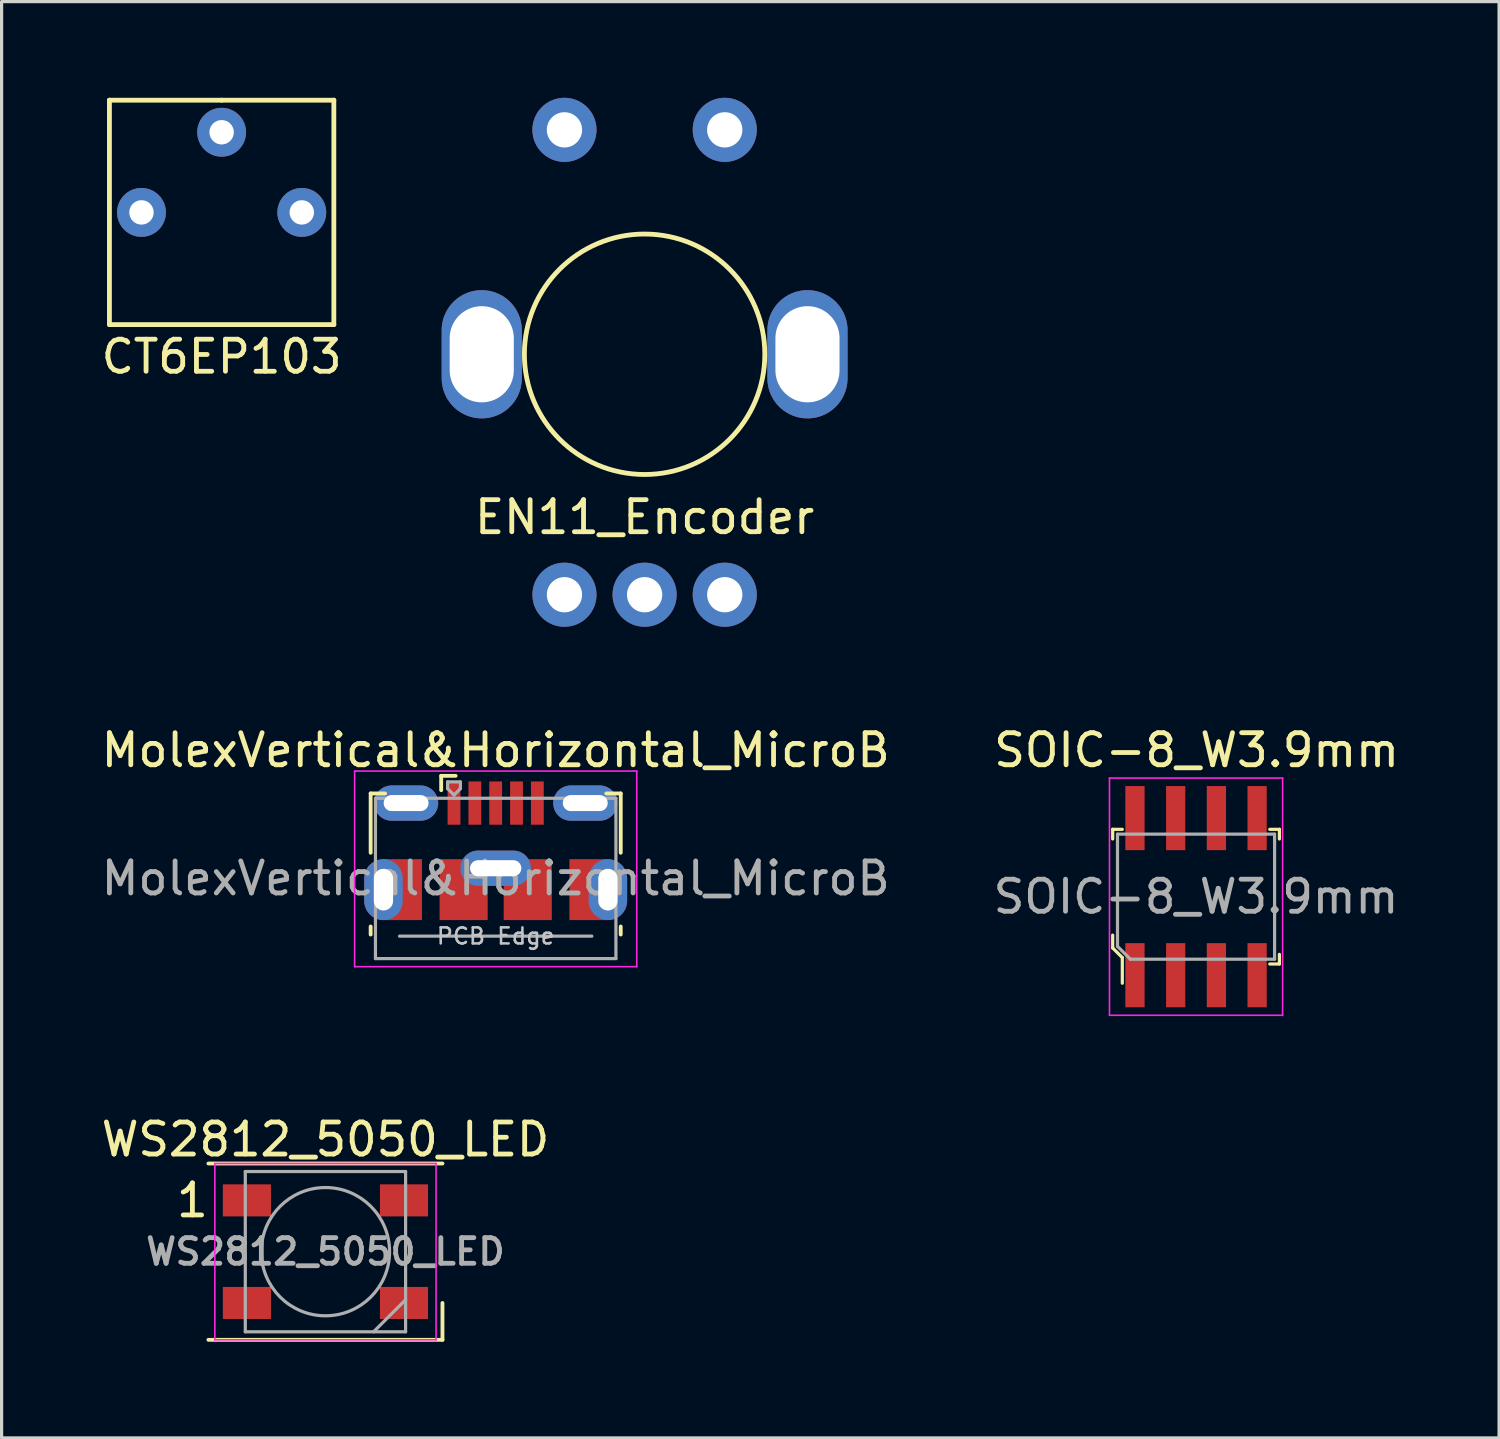
<source format=kicad_pcb>
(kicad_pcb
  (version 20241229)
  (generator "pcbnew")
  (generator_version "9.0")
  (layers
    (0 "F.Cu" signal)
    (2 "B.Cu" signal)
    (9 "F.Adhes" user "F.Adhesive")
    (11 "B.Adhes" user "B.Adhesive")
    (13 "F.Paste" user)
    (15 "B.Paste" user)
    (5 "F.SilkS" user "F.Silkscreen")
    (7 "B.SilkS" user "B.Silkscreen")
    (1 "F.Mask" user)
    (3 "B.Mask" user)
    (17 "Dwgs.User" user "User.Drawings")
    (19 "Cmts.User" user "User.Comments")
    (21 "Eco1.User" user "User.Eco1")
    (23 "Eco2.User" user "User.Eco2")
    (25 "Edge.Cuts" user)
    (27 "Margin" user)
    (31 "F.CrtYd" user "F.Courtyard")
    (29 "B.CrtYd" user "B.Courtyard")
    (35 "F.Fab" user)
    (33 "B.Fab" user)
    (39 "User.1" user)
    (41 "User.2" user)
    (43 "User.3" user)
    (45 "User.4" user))
  (footprint "CT6EP103"
    (layer "F.Cu")
    (at 3.863 3.575)
    (property "Reference" "CT6EP103" (at 0 4.5 0) (layer "F.SilkS") (effects (font (size 1 1) (thickness 0.15))))
    (attr through_hole)
    (fp_line (start -3.5 -3.5) (end -3.5 3.5) (stroke (width 0.15) (type solid)) (layer "F.SilkS"))
    (fp_line (start -3.5 3.5) (end 3.5 3.5) (stroke (width 0.15) (type solid)) (layer "F.SilkS"))
    (fp_line (start 0 -3.5) (end -3.5 -3.5) (stroke (width 0.15) (type solid)) (layer "F.SilkS"))
    (fp_line (start 3.5 -3.5) (end 0 -3.5) (stroke (width 0.15) (type solid)) (layer "F.SilkS"))
    (fp_line (start 3.5 3.5) (end 3.5 -3.5) (stroke (width 0.15) (type solid)) (layer "F.SilkS"))
    (pad "1" thru_hole circle (at -2.5 0) (size 1.524 1.524) (drill 0.762) (layers "*.Cu" "*.Mask"))
    (pad "2" thru_hole circle (at 0 -2.5) (size 1.524 1.524) (drill 0.762) (layers "*.Cu" "*.Mask"))
    (pad "3" thru_hole circle (at 2.5 0) (size 1.524 1.524) (drill 0.762) (layers "*.Cu" "*.Mask")))
  (footprint "SOIC-8_W3.9mm"
    (layer "F.Cu")
    (at 34.256 24.918)
    (property "Reference" "SOIC-8_W3.9mm" (at 0.018 -4.569 0) (layer "F.SilkS") (effects (font (size 1 1) (thickness 0.15))))
    (attr smd)
    (fp_line (start -2.6 -2.1) (end -2.6 -1.8) (stroke (width 0.1) (type solid)) (layer "F.SilkS"))
    (fp_line (start -2.6 1.2) (end -2.6 1.6) (stroke (width 0.1) (type solid)) (layer "F.SilkS"))
    (fp_line (start -2.6 1.6) (end -2.3 1.9) (stroke (width 0.1) (type solid)) (layer "F.SilkS"))
    (fp_line (start -2.3 -2.1) (end -2.6 -2.1) (stroke (width 0.1) (type solid)) (layer "F.SilkS"))
    (fp_line (start -2.3 1.9) (end -2.3 2.7) (stroke (width 0.1) (type solid)) (layer "F.SilkS"))
    (fp_line (start 2.3 -2.1) (end 2.6 -2.1) (stroke (width 0.1) (type solid)) (layer "F.SilkS"))
    (fp_line (start 2.3 2.1) (end 2.6 2.1) (stroke (width 0.1) (type solid)) (layer "F.SilkS"))
    (fp_line (start 2.6 -2.1) (end 2.6 -1.8) (stroke (width 0.1) (type solid)) (layer "F.SilkS"))
    (fp_line (start 2.6 2.1) (end 2.6 1.8) (stroke (width 0.1) (type solid)) (layer "F.SilkS"))
    (fp_line (start -2.7 -3.7) (end -2.7 3.7) (stroke (width 0.05) (type solid)) (layer "F.CrtYd"))
    (fp_line (start -2.7 -3.7) (end 2.7 -3.7) (stroke (width 0.05) (type solid)) (layer "F.CrtYd"))
    (fp_line (start -2.7 3.7) (end 2.7 3.7) (stroke (width 0.05) (type solid)) (layer "F.CrtYd"))
    (fp_line (start 2.7 -3.7) (end 2.7 3.7) (stroke (width 0.05) (type solid)) (layer "F.CrtYd"))
    (fp_line (start -2.45 -1.95) (end 2.45 -1.95) (stroke (width 0.1) (type solid)) (layer "F.Fab"))
    (fp_line (start -2.45 1.55) (end -2.45 -1.95) (stroke (width 0.1) (type solid)) (layer "F.Fab"))
    (fp_line (start -2.45 1.55) (end -2.05 1.95) (stroke (width 0.1) (type solid)) (layer "F.Fab"))
    (fp_line (start -2.05 1.95) (end 2.45 1.95) (stroke (width 0.1) (type solid)) (layer "F.Fab"))
    (fp_line (start 2.45 -1.95) (end 2.45 1.95) (stroke (width 0.1) (type solid)) (layer "F.Fab"))
    (fp_text user "${REFERENCE}" (at 0 0 0) (layer "F.Fab") (effects (font (size 1 1) (thickness 0.15))))
    (pad "1" smd rect (at -1.905 2.45) (size 0.6 2) (layers "F.Cu" "F.Mask" "F.Paste"))
    (pad "2" smd rect (at -0.635 2.45) (size 0.6 2) (layers "F.Cu" "F.Mask" "F.Paste"))
    (pad "3" smd rect (at 0.635 2.45) (size 0.6 2) (layers "F.Cu" "F.Mask" "F.Paste"))
    (pad "4" smd rect (at 1.905 2.45) (size 0.6 2) (layers "F.Cu" "F.Mask" "F.Paste"))
    (pad "5" smd rect (at 1.905 -2.45) (size 0.6 2) (layers "F.Cu" "F.Mask" "F.Paste"))
    (pad "6" smd rect (at 0.635 -2.45) (size 0.6 2) (layers "F.Cu" "F.Mask" "F.Paste"))
    (pad "7" smd rect (at -0.635 -2.45) (size 0.6 2) (layers "F.Cu" "F.Mask" "F.Paste"))
    (pad "8" smd rect (at -1.905 -2.45) (size 0.6 2) (layers "F.Cu" "F.Mask" "F.Paste")))
  (footprint "MolexVertical&Horizontal_MicroB"
    (layer "F.Cu")
    (at 12.411 23.461)
    (property "Reference" "MolexVertical&Horizontal_MicroB" (at 0 -3.112 0) (layer "F.SilkS") (effects (font (size 1 1) (thickness 0.15))))
    (attr smd)
    (fp_line (start -3.9 -1.762) (end -3.45 -1.762) (stroke (width 0.12) (type solid)) (layer "F.SilkS"))
    (fp_line (start -3.9 0.087) (end -3.9 -1.762) (stroke (width 0.12) (type solid)) (layer "F.SilkS"))
    (fp_line (start -3.9 2.638) (end -3.9 2.388) (stroke (width 0.12) (type solid)) (layer "F.SilkS"))
    (fp_line (start -1.7 -2.312) (end -1.7 -1.863) (stroke (width 0.12) (type solid)) (layer "F.SilkS"))
    (fp_line (start -1.7 -2.312) (end -1.25 -2.312) (stroke (width 0.12) (type solid)) (layer "F.SilkS"))
    (fp_line (start 3.9 -1.762) (end 3.45 -1.762) (stroke (width 0.12) (type solid)) (layer "F.SilkS"))
    (fp_line (start 3.9 0.087) (end 3.9 -1.762) (stroke (width 0.12) (type solid)) (layer "F.SilkS"))
    (fp_line (start 3.9 2.638) (end 3.9 2.388) (stroke (width 0.12) (type solid)) (layer "F.SilkS"))
    (fp_line (start -4.4 -2.46) (end 4.4 -2.46) (stroke (width 0.05) (type solid)) (layer "F.CrtYd"))
    (fp_line (start -4.4 3.64) (end -4.4 -2.46) (stroke (width 0.05) (type solid)) (layer "F.CrtYd"))
    (fp_line (start -4.4 3.64) (end 4.4 3.64) (stroke (width 0.05) (type solid)) (layer "F.CrtYd"))
    (fp_line (start 4.4 -2.46) (end 4.4 3.64) (stroke (width 0.05) (type solid)) (layer "F.CrtYd"))
    (fp_line (start -3.75 -1.613) (end 3.75 -1.613) (stroke (width 0.1) (type solid)) (layer "F.Fab"))
    (fp_line (start -3.75 3.388) (end -3.75 -1.613) (stroke (width 0.1) (type solid)) (layer "F.Fab"))
    (fp_line (start -3.75 3.389) (end 3.75 3.389) (stroke (width 0.1) (type solid)) (layer "F.Fab"))
    (fp_line (start -3 2.689) (end 3 2.689) (stroke (width 0.1) (type solid)) (layer "F.Fab"))
    (fp_line (start -1.5 -2.123) (end -1.5 -1.913) (stroke (width 0.1) (type solid)) (layer "F.Fab"))
    (fp_line (start -1.5 -2.123) (end -1.1 -2.123) (stroke (width 0.1) (type solid)) (layer "F.Fab"))
    (fp_line (start -1.3 -1.712) (end -1.5 -1.913) (stroke (width 0.1) (type solid)) (layer "F.Fab"))
    (fp_line (start -1.1 -2.123) (end -1.1 -1.913) (stroke (width 0.1) (type solid)) (layer "F.Fab"))
    (fp_line (start -1.1 -1.913) (end -1.3 -1.712) (stroke (width 0.1) (type solid)) (layer "F.Fab"))
    (fp_line (start 3.75 3.388) (end 3.75 -1.613) (stroke (width 0.1) (type solid)) (layer "F.Fab"))
    (fp_text user "PCB Edge" (at 0 2.688 0) (layer "Dwgs.User") (effects (font (size 0.5 0.5) (thickness 0.08))))
    (fp_text user "${REFERENCE}" (at 0 0.887 0) (layer "F.Fab") (effects (font (size 1 1) (thickness 0.15))))
    (pad "1" smd rect (at -1.3 -1.462) (size 0.4 1.35) (layers "F.Cu" "F.Mask" "F.Paste"))
    (pad "2" smd rect (at -0.65 -1.462) (size 0.4 1.35) (layers "F.Cu" "F.Mask" "F.Paste"))
    (pad "3" smd rect (at 0 -1.462) (size 0.4 1.35) (layers "F.Cu" "F.Mask" "F.Paste"))
    (pad "4" smd rect (at 0.65 -1.462) (size 0.4 1.35) (layers "F.Cu" "F.Mask" "F.Paste"))
    (pad "5" smd rect (at 1.3 -1.462) (size 0.4 1.35) (layers "F.Cu" "F.Mask" "F.Paste"))
    (pad "6" thru_hole oval (at -3.5 1.238 180) (size 1.2 1.9) (drill oval 0.6 1.3) (layers "*.Cu" "*.Mask"))
    (pad "6" smd rect (at -2.9 1.238) (size 1.2 1.9) (layers "F.Cu" "F.Mask"))
    (pad "6" thru_hole oval (at -2.794 -1.462) (size 2 1.1) (drill oval 1.4 0.5) (layers "*.Cu" "*.Mask"))
    (pad "6" smd rect (at -1 1.238) (size 1.5 1.9) (layers "F.Cu" "F.Mask" "F.Paste"))
    (pad "6" thru_hole oval (at 0 0.57) (size 2.2 1.1) (drill oval 1.6 0.5) (layers "*.Cu" "*.Mask"))
    (pad "6" smd rect (at 1 1.238) (size 1.5 1.9) (layers "F.Cu" "F.Mask" "F.Paste"))
    (pad "6" thru_hole oval (at 2.794 -1.462) (size 2 1.1) (drill oval 1.4 0.5) (layers "*.Cu" "*.Mask"))
    (pad "6" smd rect (at 2.9 1.238) (size 1.2 1.9) (layers "F.Cu" "F.Mask"))
    (pad "6" thru_hole oval (at 3.5 1.238) (size 1.2 1.9) (drill oval 0.6 1.3) (layers "*.Cu" "*.Mask")))
  (footprint "WS2812_5050_LED"
    (layer "F.Cu")
    (at 7.101 35.991)
    (property "Reference" "WS2812_5050_LED" (at 0 -3.5 0) (layer "F.SilkS") (effects (font (size 1 1) (thickness 0.15))))
    (attr smd)
    (fp_line (start -3.65 -2.75) (end 3.65 -2.75) (stroke (width 0.12) (type solid)) (layer "F.SilkS"))
    (fp_line (start -3.65 2.75) (end 3.65 2.75) (stroke (width 0.12) (type solid)) (layer "F.SilkS"))
    (fp_line (start 3.65 2.75) (end 3.65 1.6) (stroke (width 0.12) (type solid)) (layer "F.SilkS"))
    (fp_line (start -3.45 -2.75) (end -3.45 2.75) (stroke (width 0.05) (type solid)) (layer "F.CrtYd"))
    (fp_line (start -3.45 2.75) (end 3.45 2.75) (stroke (width 0.05) (type solid)) (layer "F.CrtYd"))
    (fp_line (start 3.45 -2.75) (end -3.45 -2.75) (stroke (width 0.05) (type solid)) (layer "F.CrtYd"))
    (fp_line (start 3.45 2.75) (end 3.45 -2.75) (stroke (width 0.05) (type solid)) (layer "F.CrtYd"))
    (fp_line (start -2.5 -2.5) (end -2.5 2.5) (stroke (width 0.1) (type solid)) (layer "F.Fab"))
    (fp_line (start -2.5 2.5) (end 2.5 2.5) (stroke (width 0.1) (type solid)) (layer "F.Fab"))
    (fp_line (start 2.5 -2.5) (end -2.5 -2.5) (stroke (width 0.1) (type solid)) (layer "F.Fab"))
    (fp_line (start 2.5 1.5) (end 1.5 2.5) (stroke (width 0.1) (type solid)) (layer "F.Fab"))
    (fp_line (start 2.5 2.5) (end 2.5 -2.5) (stroke (width 0.1) (type solid)) (layer "F.Fab"))
    (fp_circle (center 0 0) (end 0 -2) (stroke (width 0.1) (type solid)) (fill no) (layer "F.Fab"))
    (fp_text user "1" (at -4.15 -1.6 0) (layer "F.SilkS") (effects (font (size 1 1) (thickness 0.15))))
    (fp_text user "${REFERENCE}" (at 0 0 0) (layer "F.Fab") (effects (font (size 0.8 0.8) (thickness 0.15))))
    (pad "1" smd rect (at -2.45 -1.6) (size 1.5 1) (layers "F.Cu" "F.Mask" "F.Paste"))
    (pad "2" smd rect (at -2.45 1.6) (size 1.5 1) (layers "F.Cu" "F.Mask" "F.Paste"))
    (pad "3" smd rect (at 2.45 1.6) (size 1.5 1) (layers "F.Cu" "F.Mask" "F.Paste"))
    (pad "4" smd rect (at 2.45 -1.6) (size 1.5 1) (layers "F.Cu" "F.Mask" "F.Paste")))
  (footprint "EN11_Encoder"
    (layer "F.Cu")
    (at 17.056 8)
    (property "Reference" "EN11_Encoder" (at 0 5.08 0) (layer "F.SilkS") (effects (font (size 1 1) (thickness 0.15))))
    (attr through_hole)
    (fp_circle (center 0 0) (end 3.75 0) (stroke (width 0.15) (type solid)) (fill no) (layer "F.SilkS"))
    (pad "A" thru_hole circle (at -2.5 7.5) (size 2 2) (drill 1.1) (layers "*.Cu" "*.Mask"))
    (pad "B" thru_hole circle (at 2.5 7.5) (size 2 2) (drill 1.1) (layers "*.Cu" "*.Mask"))
    (pad "C" thru_hole circle (at 0 7.5) (size 2 2) (drill 1.1) (layers "*.Cu" "*.Mask"))
    (pad "MP" thru_hole oval (at -5.08 0) (size 2.5 4) (drill oval 2 3) (layers "*.Cu" "*.Mask"))
    (pad "MP" thru_hole oval (at 5.08 0 180) (size 2.5 4) (drill oval 2 3) (layers "*.Cu" "*.Mask"))
    (pad "S1" thru_hole circle (at -2.5 -7) (size 2 2) (drill 1.1) (layers "*.Cu" "*.Mask"))
    (pad "S2" thru_hole circle (at 2.5 -7) (size 2 2) (drill 1.1) (layers "*.Cu" "*.Mask")))
  (gr_rect
    (start -3 -3)
    (end 43.708 41.801)
    (stroke (width 0.1) (type default))
    (fill no)
    (layer "Edge.Cuts")))
</source>
